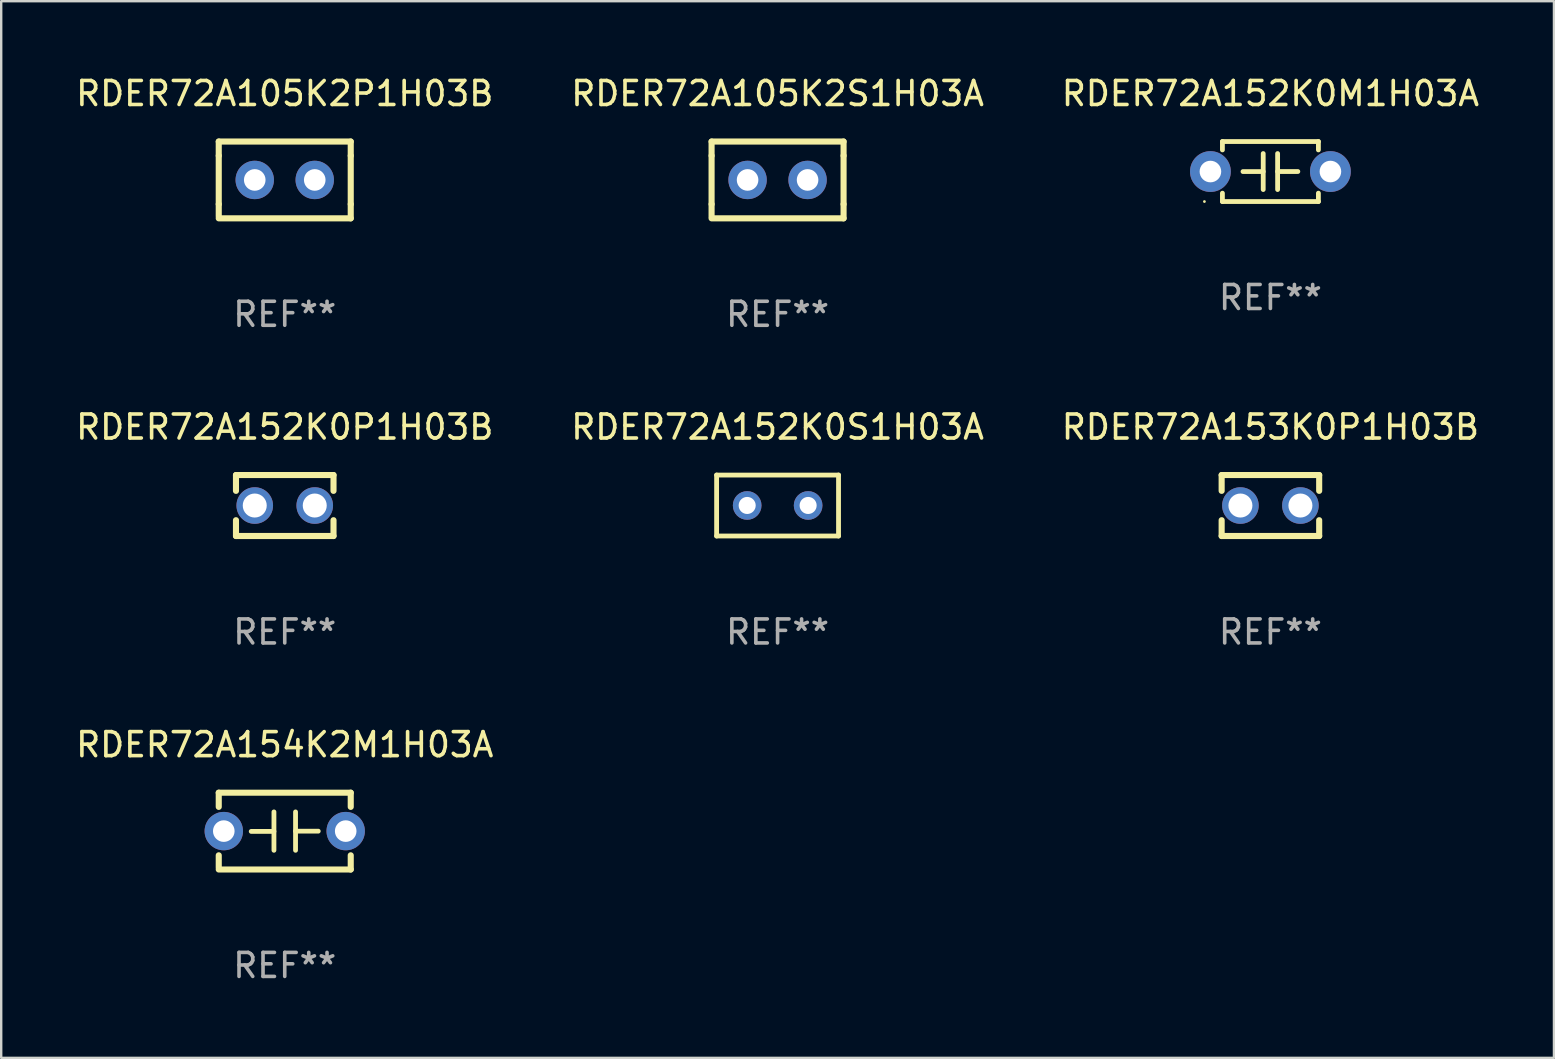
<source format=kicad_pcb>
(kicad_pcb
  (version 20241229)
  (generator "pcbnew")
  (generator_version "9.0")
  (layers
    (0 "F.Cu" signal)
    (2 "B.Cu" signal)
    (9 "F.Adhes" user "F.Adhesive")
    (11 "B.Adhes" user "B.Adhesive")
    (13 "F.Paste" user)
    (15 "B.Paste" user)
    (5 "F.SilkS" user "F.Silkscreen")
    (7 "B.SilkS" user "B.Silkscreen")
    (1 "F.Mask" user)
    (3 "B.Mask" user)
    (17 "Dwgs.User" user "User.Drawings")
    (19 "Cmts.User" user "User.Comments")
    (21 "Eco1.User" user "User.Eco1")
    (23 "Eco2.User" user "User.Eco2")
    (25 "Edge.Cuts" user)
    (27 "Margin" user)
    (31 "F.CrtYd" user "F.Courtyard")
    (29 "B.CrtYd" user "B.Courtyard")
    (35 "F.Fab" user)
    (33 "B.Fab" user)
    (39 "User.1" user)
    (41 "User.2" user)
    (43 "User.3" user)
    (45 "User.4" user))
  (footprint "RDER72A154K2M1H03A"
    (layer "F.Cu")
    (at 8.815 31.581)
    (property "Reference" "RDER72A154K2M1H03A" (at 0 -3.6 0) (layer "F.SilkS") (effects (font (size 1 1) (thickness 0.15))))
    (attr through_hole)
    (fp_line (start -2.75 -1.6) (end -2.75 -1.009) (stroke (width 0.254) (type solid)) (layer "F.SilkS"))
    (fp_line (start -2.75 -1.6) (end 2.75 -1.6) (stroke (width 0.254) (type solid)) (layer "F.SilkS"))
    (fp_line (start -2.75 1.009) (end -2.75 1.524) (stroke (width 0.254) (type solid)) (layer "F.SilkS"))
    (fp_line (start -2.75 1.6) (end 2.75 1.6) (stroke (width 0.254) (type solid)) (layer "F.SilkS"))
    (fp_line (start -0.45 -0.8) (end -0.45 0.8) (stroke (width 0.2) (type solid)) (layer "F.SilkS"))
    (fp_line (start -0.45 0.013) (end -1.397 0.013) (stroke (width 0.2) (type solid)) (layer "F.SilkS"))
    (fp_line (start 0.45 0.003) (end 1.397 0.003) (stroke (width 0.2) (type solid)) (layer "F.SilkS"))
    (fp_line (start 0.45 0.8) (end 0.45 -0.8) (stroke (width 0.2) (type solid)) (layer "F.SilkS"))
    (fp_line (start 2.75 -1.6) (end 2.75 -1.009) (stroke (width 0.254) (type solid)) (layer "F.SilkS"))
    (fp_line (start 2.75 1.009) (end 2.75 1.6) (stroke (width 0.254) (type solid)) (layer "F.SilkS"))
    (fp_circle (center -2.79 1.6) (end -2.76 1.6) (stroke (width 0.06) (type solid)) (fill no) (layer "F.SilkS"))
    (fp_text user "REF**" (at 0 5.6 0) (layer "F.Fab") (effects (font (size 1 1) (thickness 0.15))))
    (pad "1" thru_hole circle (at -2.54 0) (size 1.6 1.6) (drill 0.9) (layers "*.Cu" "*.Mask"))
    (pad "2" thru_hole circle (at 2.54 0) (size 1.6 1.6) (drill 0.9) (layers "*.Cu" "*.Mask")))
  (footprint "RDER72A152K0M1H03A"
    (layer "F.Cu")
    (at 49.887 4.098)
    (property "Reference" "RDER72A152K0M1H03A" (at 0 -3.25 0) (layer "F.SilkS") (effects (font (size 1 1) (thickness 0.15))))
    (attr through_hole)
    (fp_line (start -2 -1.25) (end -2 -0.901) (stroke (width 0.2) (type solid)) (layer "F.SilkS"))
    (fp_line (start -2 -1.25) (end 2 -1.25) (stroke (width 0.2) (type solid)) (layer "F.SilkS"))
    (fp_line (start -2 0.901) (end -2 1.25) (stroke (width 0.2) (type solid)) (layer "F.SilkS"))
    (fp_line (start -0.3 -0.75) (end -0.3 0.75) (stroke (width 0.2) (type solid)) (layer "F.SilkS"))
    (fp_line (start -0.3 0.001) (end -1.143 0.001) (stroke (width 0.2) (type solid)) (layer "F.SilkS"))
    (fp_line (start 0.3 -0.001) (end 1.143 -0.001) (stroke (width 0.2) (type solid)) (layer "F.SilkS"))
    (fp_line (start 0.3 0.75) (end 0.3 -0.75) (stroke (width 0.2) (type solid)) (layer "F.SilkS"))
    (fp_line (start 2 -1.25) (end 2 -0.901) (stroke (width 0.2) (type solid)) (layer "F.SilkS"))
    (fp_line (start 2 0.901) (end 2 1.25) (stroke (width 0.2) (type solid)) (layer "F.SilkS"))
    (fp_line (start 2 1.25) (end -2 1.25) (stroke (width 0.2) (type solid)) (layer "F.SilkS"))
    (fp_circle (center -2.75 1.25) (end -2.72 1.25) (stroke (width 0.06) (type solid)) (fill no) (layer "F.SilkS"))
    (fp_text user "REF**" (at 0 5.25 0) (layer "F.Fab") (effects (font (size 1 1) (thickness 0.15))))
    (pad "1" thru_hole circle (at -2.5 0) (size 1.7 1.7) (drill 0.9) (layers "*.Cu" "*.Mask"))
    (pad "2" thru_hole circle (at 2.5 0) (size 1.7 1.7) (drill 0.9) (layers "*.Cu" "*.Mask")))
  (footprint "RDER72A152K0S1H03A"
    (layer "F.Cu")
    (at 29.351 18.015)
    (property "Reference" "RDER72A152K0S1H03A" (at 0 -3.27 0) (layer "F.SilkS") (effects (font (size 1 1) (thickness 0.15))))
    (attr through_hole)
    (fp_line (start -2.54 -1.27) (end -2.54 1.27) (stroke (width 0.201) (type solid)) (layer "F.SilkS"))
    (fp_line (start -2.54 1.27) (end 2.54 1.27) (stroke (width 0.201) (type solid)) (layer "F.SilkS"))
    (fp_line (start 2.54 -1.27) (end -2.54 -1.27) (stroke (width 0.201) (type solid)) (layer "F.SilkS"))
    (fp_line (start 2.54 1.27) (end 2.54 -1.27) (stroke (width 0.201) (type solid)) (layer "F.SilkS"))
    (fp_circle (center -2.497 1.247) (end -2.467 1.247) (stroke (width 0.06) (type solid)) (fill no) (layer "F.SilkS"))
    (fp_text user "REF**" (at 0 5.27 0) (layer "F.Fab") (effects (font (size 1 1) (thickness 0.15))))
    (pad "1" thru_hole circle (at -1.267 -0.003) (size 1.194 1.194) (drill 0.711) (layers "*.Cu" "*.Mask"))
    (pad "2" thru_hole circle (at 1.273 -0.003) (size 1.194 1.194) (drill 0.711) (layers "*.Cu" "*.Mask")))
  (footprint "RDER72A153K0P1H03B"
    (layer "F.Cu")
    (at 49.887 18.015)
    (property "Reference" "RDER72A153K0P1H03B" (at 0 -3.27 0) (layer "F.SilkS") (effects (font (size 1 1) (thickness 0.15))))
    (attr through_hole)
    (fp_line (start -2.032 -1.27) (end -2.032 -0.611) (stroke (width 0.254) (type solid)) (layer "F.SilkS"))
    (fp_line (start -2.032 0.611) (end -2.032 1.27) (stroke (width 0.254) (type solid)) (layer "F.SilkS"))
    (fp_line (start -2.032 1.27) (end 2.032 1.27) (stroke (width 0.254) (type solid)) (layer "F.SilkS"))
    (fp_line (start 2.032 -1.27) (end -2.032 -1.27) (stroke (width 0.254) (type solid)) (layer "F.SilkS"))
    (fp_line (start 2.032 -0.611) (end 2.032 -1.27) (stroke (width 0.254) (type solid)) (layer "F.SilkS"))
    (fp_line (start 2.032 1.27) (end 2.032 0.611) (stroke (width 0.254) (type solid)) (layer "F.SilkS"))
    (fp_circle (center -2 1.25) (end -1.97 1.25) (stroke (width 0.06) (type solid)) (fill no) (layer "F.SilkS"))
    (fp_text user "REF**" (at 0 5.27 0) (layer "F.Fab") (effects (font (size 1 1) (thickness 0.15))))
    (pad "1" thru_hole circle (at -1.25 0) (size 1.524 1.524) (drill 1) (layers "*.Cu" "*.Mask"))
    (pad "2" thru_hole circle (at 1.25 0) (size 1.524 1.524) (drill 1) (layers "*.Cu" "*.Mask")))
  (footprint "RDER72A105K2S1H03A"
    (layer "F.Cu")
    (at 29.351 4.448)
    (property "Reference" "RDER72A105K2S1H03A" (at 0 -3.6 0) (layer "F.SilkS") (effects (font (size 1 1) (thickness 0.15))))
    (attr through_hole)
    (fp_line (start -2.75 -1.6) (end -2.75 -1.01) (stroke (width 0.254) (type solid)) (layer "F.SilkS"))
    (fp_line (start -2.75 -1.6) (end 2.75 -1.6) (stroke (width 0.254) (type solid)) (layer "F.SilkS"))
    (fp_line (start -2.75 -1.01) (end -2.75 1.01) (stroke (width 0.254) (type solid)) (layer "F.SilkS"))
    (fp_line (start -2.75 1.01) (end -2.75 1.524) (stroke (width 0.254) (type solid)) (layer "F.SilkS"))
    (fp_line (start -2.75 1.6) (end 2.75 1.6) (stroke (width 0.254) (type solid)) (layer "F.SilkS"))
    (fp_line (start 2.75 -1.6) (end 2.75 -1.01) (stroke (width 0.254) (type solid)) (layer "F.SilkS"))
    (fp_line (start 2.75 -1.01) (end 2.75 1.01) (stroke (width 0.254) (type solid)) (layer "F.SilkS"))
    (fp_line (start 2.75 1.01) (end 2.75 1.6) (stroke (width 0.254) (type solid)) (layer "F.SilkS"))
    (fp_circle (center -2.75 1.6) (end -2.72 1.6) (stroke (width 0.06) (type solid)) (fill no) (layer "F.SilkS"))
    (fp_text user "REF**" (at 0 5.6 0) (layer "F.Fab") (effects (font (size 1 1) (thickness 0.15))))
    (pad "1" thru_hole circle (at -1.25 0) (size 1.6 1.6) (drill 0.9) (layers "*.Cu" "*.Mask"))
    (pad "2" thru_hole circle (at 1.25 0) (size 1.6 1.6) (drill 0.9) (layers "*.Cu" "*.Mask")))
  (footprint "RDER72A152K0P1H03B"
    (layer "F.Cu")
    (at 8.815 18.015)
    (property "Reference" "RDER72A152K0P1H03B" (at 0 -3.27 0) (layer "F.SilkS") (effects (font (size 1 1) (thickness 0.15))))
    (attr through_hole)
    (fp_line (start -2.032 -1.27) (end -2.032 -0.611) (stroke (width 0.254) (type solid)) (layer "F.SilkS"))
    (fp_line (start -2.032 0.611) (end -2.032 1.27) (stroke (width 0.254) (type solid)) (layer "F.SilkS"))
    (fp_line (start -2.032 1.27) (end 2.032 1.27) (stroke (width 0.254) (type solid)) (layer "F.SilkS"))
    (fp_line (start 2.032 -1.27) (end -2.032 -1.27) (stroke (width 0.254) (type solid)) (layer "F.SilkS"))
    (fp_line (start 2.032 -0.611) (end 2.032 -1.27) (stroke (width 0.254) (type solid)) (layer "F.SilkS"))
    (fp_line (start 2.032 1.27) (end 2.032 0.611) (stroke (width 0.254) (type solid)) (layer "F.SilkS"))
    (fp_circle (center -2 1.25) (end -1.97 1.25) (stroke (width 0.06) (type solid)) (fill no) (layer "F.SilkS"))
    (fp_text user "REF**" (at 0 5.27 0) (layer "F.Fab") (effects (font (size 1 1) (thickness 0.15))))
    (pad "1" thru_hole circle (at -1.25 0) (size 1.524 1.524) (drill 1) (layers "*.Cu" "*.Mask"))
    (pad "2" thru_hole circle (at 1.25 0) (size 1.524 1.524) (drill 1) (layers "*.Cu" "*.Mask")))
  (footprint "RDER72A105K2P1H03B"
    (layer "F.Cu")
    (at 8.815 4.448)
    (property "Reference" "RDER72A105K2P1H03B" (at 0 -3.6 0) (layer "F.SilkS") (effects (font (size 1 1) (thickness 0.15))))
    (attr through_hole)
    (fp_line (start -2.75 -1.6) (end -2.75 -1.01) (stroke (width 0.254) (type solid)) (layer "F.SilkS"))
    (fp_line (start -2.75 -1.6) (end 2.75 -1.6) (stroke (width 0.254) (type solid)) (layer "F.SilkS"))
    (fp_line (start -2.75 -1.01) (end -2.75 1.01) (stroke (width 0.254) (type solid)) (layer "F.SilkS"))
    (fp_line (start -2.75 1.01) (end -2.75 1.524) (stroke (width 0.254) (type solid)) (layer "F.SilkS"))
    (fp_line (start -2.75 1.6) (end 2.75 1.6) (stroke (width 0.254) (type solid)) (layer "F.SilkS"))
    (fp_line (start 2.75 -1.6) (end 2.75 -1.01) (stroke (width 0.254) (type solid)) (layer "F.SilkS"))
    (fp_line (start 2.75 -1.01) (end 2.75 1.01) (stroke (width 0.254) (type solid)) (layer "F.SilkS"))
    (fp_line (start 2.75 1.01) (end 2.75 1.6) (stroke (width 0.254) (type solid)) (layer "F.SilkS"))
    (fp_circle (center -2.75 1.6) (end -2.72 1.6) (stroke (width 0.06) (type solid)) (fill no) (layer "F.SilkS"))
    (fp_text user "REF**" (at 0 5.6 0) (layer "F.Fab") (effects (font (size 1 1) (thickness 0.15))))
    (pad "1" thru_hole circle (at -1.25 0) (size 1.6 1.6) (drill 0.9) (layers "*.Cu" "*.Mask"))
    (pad "2" thru_hole circle (at 1.25 0) (size 1.6 1.6) (drill 0.9) (layers "*.Cu" "*.Mask")))
  (gr_rect
    (start -3 -3)
    (end 61.702 41.03)
    (stroke (width 0.1) (type default))
    (fill no)
    (layer "Edge.Cuts")))
</source>
